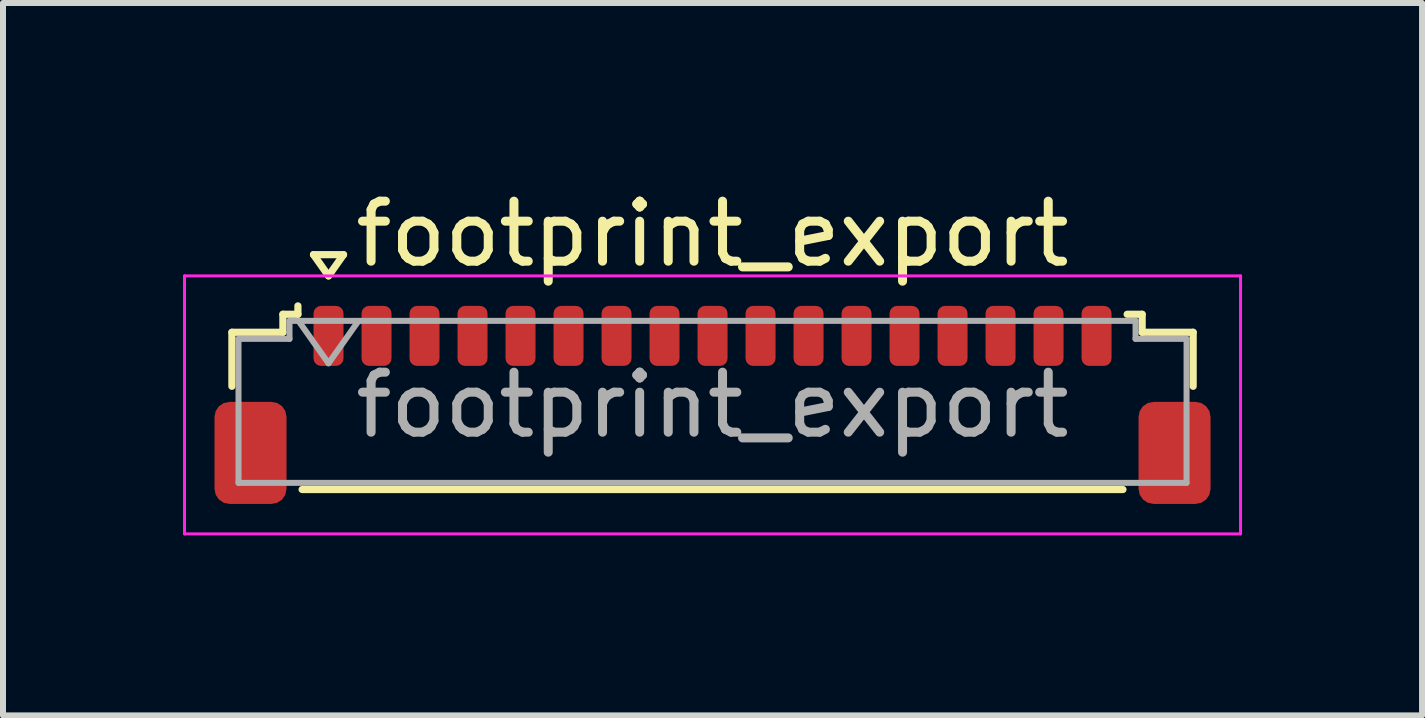
<source format=kicad_pcb>
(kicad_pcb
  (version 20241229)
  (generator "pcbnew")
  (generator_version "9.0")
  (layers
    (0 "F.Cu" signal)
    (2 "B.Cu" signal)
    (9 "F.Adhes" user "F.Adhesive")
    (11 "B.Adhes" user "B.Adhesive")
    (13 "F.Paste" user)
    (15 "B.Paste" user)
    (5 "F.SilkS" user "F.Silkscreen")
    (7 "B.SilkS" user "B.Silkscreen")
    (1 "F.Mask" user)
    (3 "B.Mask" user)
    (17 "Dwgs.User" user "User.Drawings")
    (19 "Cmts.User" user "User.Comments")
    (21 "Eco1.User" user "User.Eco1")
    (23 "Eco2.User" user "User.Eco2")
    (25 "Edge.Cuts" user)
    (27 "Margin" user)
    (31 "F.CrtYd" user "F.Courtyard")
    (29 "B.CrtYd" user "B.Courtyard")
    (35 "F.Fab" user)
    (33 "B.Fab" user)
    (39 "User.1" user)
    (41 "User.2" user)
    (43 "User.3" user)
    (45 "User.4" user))
  (footprint "footprint_export"
    (layer "F.Cu")
    (at 8.825 3.698)
    (property "Reference" "footprint_export" (at 0 -2.85 0) (layer "F.SilkS") (effects (font (size 1 1) (thickness 0.15))))
    (attr smd)
    (fp_line (start -8.01 -1.21) (end -7.16 -1.21) (stroke (width 0.12) (type solid)) (layer "F.SilkS"))
    (fp_line (start -8.01 -0.31) (end -8.01 -1.21) (stroke (width 0.12) (type solid)) (layer "F.SilkS"))
    (fp_line (start -7.16 -1.51) (end -6.91 -1.51) (stroke (width 0.12) (type solid)) (layer "F.SilkS"))
    (fp_line (start -7.16 -1.21) (end -7.16 -1.51) (stroke (width 0.12) (type solid)) (layer "F.SilkS"))
    (fp_line (start -6.91 -1.51) (end -6.91 -1.65) (stroke (width 0.12) (type solid)) (layer "F.SilkS"))
    (fp_line (start -6.84 1.41) (end 6.84 1.41) (stroke (width 0.12) (type solid)) (layer "F.SilkS"))
    (fp_line (start -6.65 -2.504) (end -6.4 -2.15) (stroke (width 0.12) (type solid)) (layer "F.SilkS"))
    (fp_line (start -6.4 -2.15) (end -6.15 -2.504) (stroke (width 0.12) (type solid)) (layer "F.SilkS"))
    (fp_line (start -6.15 -2.504) (end -6.65 -2.504) (stroke (width 0.12) (type solid)) (layer "F.SilkS"))
    (fp_line (start 7.16 -1.51) (end 6.91 -1.51) (stroke (width 0.12) (type solid)) (layer "F.SilkS"))
    (fp_line (start 7.16 -1.21) (end 7.16 -1.51) (stroke (width 0.12) (type solid)) (layer "F.SilkS"))
    (fp_line (start 8.01 -1.21) (end 7.16 -1.21) (stroke (width 0.12) (type solid)) (layer "F.SilkS"))
    (fp_line (start 8.01 -0.31) (end 8.01 -1.21) (stroke (width 0.12) (type solid)) (layer "F.SilkS"))
    (fp_line (start -8.8 -2.15) (end -8.8 2.15) (stroke (width 0.05) (type solid)) (layer "F.CrtYd"))
    (fp_line (start -8.8 2.15) (end 8.8 2.15) (stroke (width 0.05) (type solid)) (layer "F.CrtYd"))
    (fp_line (start 8.8 -2.15) (end -8.8 -2.15) (stroke (width 0.05) (type solid)) (layer "F.CrtYd"))
    (fp_line (start 8.8 2.15) (end 8.8 -2.15) (stroke (width 0.05) (type solid)) (layer "F.CrtYd"))
    (fp_line (start -7.9 -1.1) (end -7.9 1.3) (stroke (width 0.1) (type solid)) (layer "F.Fab"))
    (fp_line (start -7.9 -1.1) (end -7.05 -1.1) (stroke (width 0.1) (type solid)) (layer "F.Fab"))
    (fp_line (start -7.9 1.3) (end 7.9 1.3) (stroke (width 0.1) (type solid)) (layer "F.Fab"))
    (fp_line (start -7.05 -1.4) (end 7.05 -1.4) (stroke (width 0.1) (type solid)) (layer "F.Fab"))
    (fp_line (start -7.05 -1.1) (end -7.05 -1.4) (stroke (width 0.1) (type solid)) (layer "F.Fab"))
    (fp_line (start -6.9 -1.4) (end -6.4 -0.693) (stroke (width 0.1) (type solid)) (layer "F.Fab"))
    (fp_line (start -6.4 -0.693) (end -5.9 -1.4) (stroke (width 0.1) (type solid)) (layer "F.Fab"))
    (fp_line (start 7.05 -1.4) (end 7.05 -1.1) (stroke (width 0.1) (type solid)) (layer "F.Fab"))
    (fp_line (start 7.05 -1.1) (end 7.9 -1.1) (stroke (width 0.1) (type solid)) (layer "F.Fab"))
    (fp_line (start 7.9 -1.1) (end 7.9 1.3) (stroke (width 0.1) (type solid)) (layer "F.Fab"))
    (fp_text user "${REFERENCE}" (at 0 0 0) (layer "F.Fab") (effects (font (size 1 1) (thickness 0.15))))
    (pad "1" smd roundrect (at -6.4 -1.15) (size 0.5 1) (layers "F.Cu" "F.Mask" "F.Paste") (roundrect_rratio 0.25))
    (pad "2" smd roundrect (at -5.6 -1.15) (size 0.5 1) (layers "F.Cu" "F.Mask" "F.Paste") (roundrect_rratio 0.25))
    (pad "3" smd roundrect (at -4.8 -1.15) (size 0.5 1) (layers "F.Cu" "F.Mask" "F.Paste") (roundrect_rratio 0.25))
    (pad "4" smd roundrect (at -4 -1.15) (size 0.5 1) (layers "F.Cu" "F.Mask" "F.Paste") (roundrect_rratio 0.25))
    (pad "5" smd roundrect (at -3.2 -1.15) (size 0.5 1) (layers "F.Cu" "F.Mask" "F.Paste") (roundrect_rratio 0.25))
    (pad "6" smd roundrect (at -2.4 -1.15) (size 0.5 1) (layers "F.Cu" "F.Mask" "F.Paste") (roundrect_rratio 0.25))
    (pad "7" smd roundrect (at -1.6 -1.15) (size 0.5 1) (layers "F.Cu" "F.Mask" "F.Paste") (roundrect_rratio 0.25))
    (pad "8" smd roundrect (at -0.8 -1.15) (size 0.5 1) (layers "F.Cu" "F.Mask" "F.Paste") (roundrect_rratio 0.25))
    (pad "9" smd roundrect (at 0 -1.15) (size 0.5 1) (layers "F.Cu" "F.Mask" "F.Paste") (roundrect_rratio 0.25))
    (pad "10" smd roundrect (at 0.8 -1.15) (size 0.5 1) (layers "F.Cu" "F.Mask" "F.Paste") (roundrect_rratio 0.25))
    (pad "11" smd roundrect (at 1.6 -1.15) (size 0.5 1) (layers "F.Cu" "F.Mask" "F.Paste") (roundrect_rratio 0.25))
    (pad "12" smd roundrect (at 2.4 -1.15) (size 0.5 1) (layers "F.Cu" "F.Mask" "F.Paste") (roundrect_rratio 0.25))
    (pad "13" smd roundrect (at 3.2 -1.15) (size 0.5 1) (layers "F.Cu" "F.Mask" "F.Paste") (roundrect_rratio 0.25))
    (pad "14" smd roundrect (at 4 -1.15) (size 0.5 1) (layers "F.Cu" "F.Mask" "F.Paste") (roundrect_rratio 0.25))
    (pad "15" smd roundrect (at 4.8 -1.15) (size 0.5 1) (layers "F.Cu" "F.Mask" "F.Paste") (roundrect_rratio 0.25))
    (pad "16" smd roundrect (at 5.6 -1.15) (size 0.5 1) (layers "F.Cu" "F.Mask" "F.Paste") (roundrect_rratio 0.25))
    (pad "17" smd roundrect (at 6.4 -1.15) (size 0.5 1) (layers "F.Cu" "F.Mask" "F.Paste") (roundrect_rratio 0.25))
    (pad "MP" smd roundrect (at -7.7 0.8) (size 1.2 1.7) (layers "F.Cu" "F.Mask" "F.Paste") (roundrect_rratio 0.208))
    (pad "MP" smd roundrect (at 7.7 0.8) (size 1.2 1.7) (layers "F.Cu" "F.Mask" "F.Paste") (roundrect_rratio 0.208)))
  (gr_rect
    (start -3 -3)
    (end 20.65 8.873)
    (stroke (width 0.1) (type default))
    (fill no)
    (layer "Edge.Cuts")))
</source>
